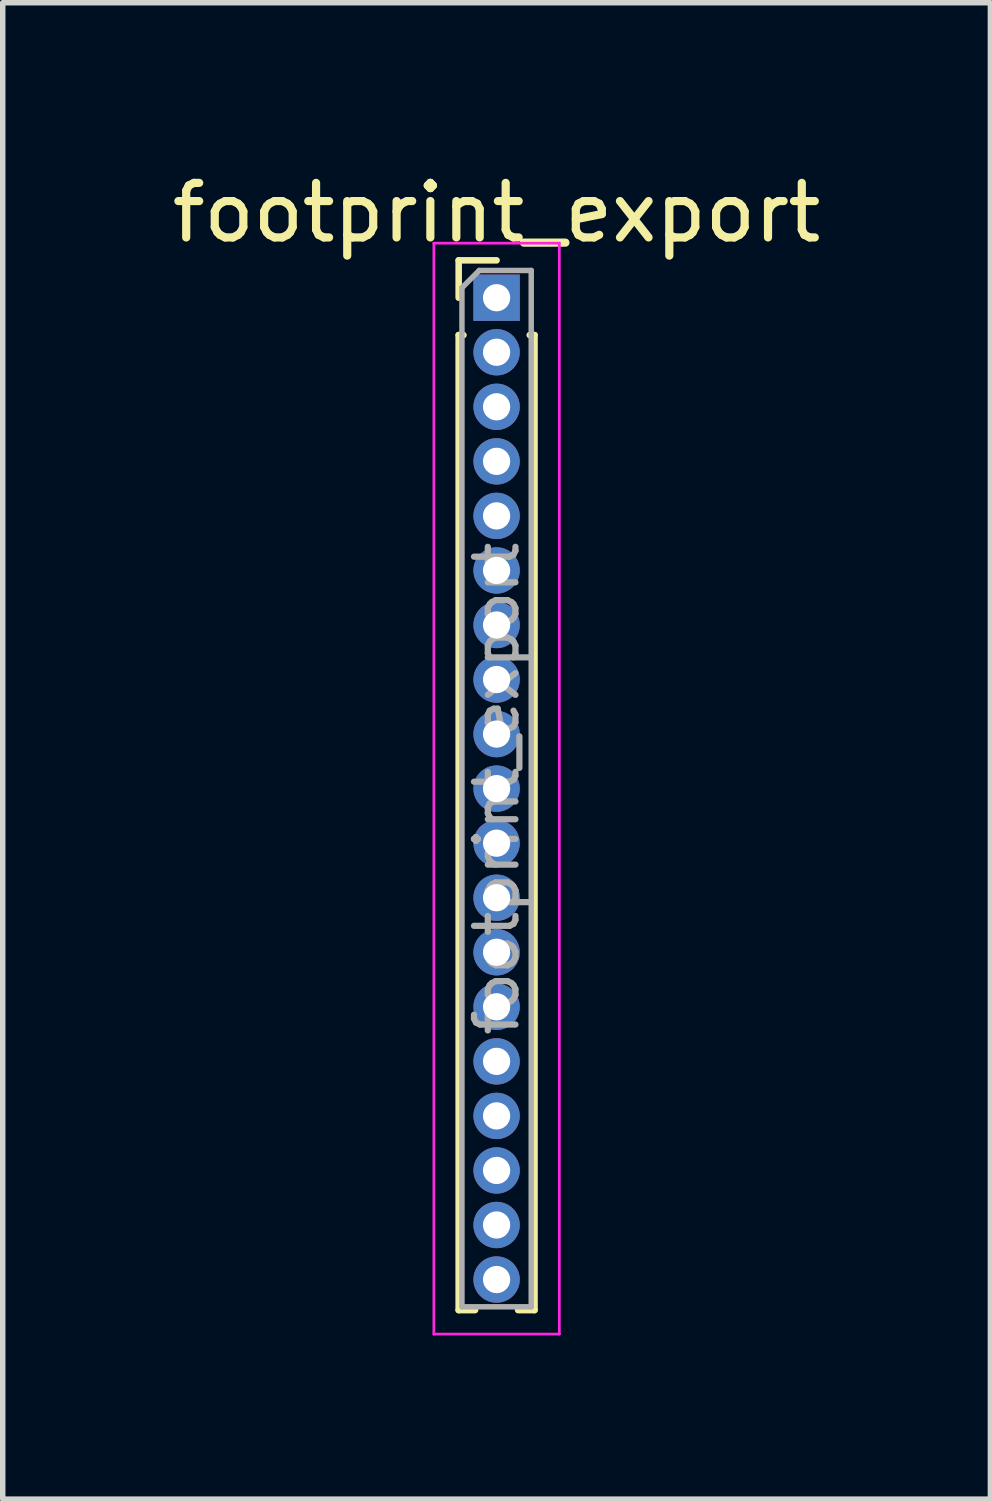
<source format=kicad_pcb>
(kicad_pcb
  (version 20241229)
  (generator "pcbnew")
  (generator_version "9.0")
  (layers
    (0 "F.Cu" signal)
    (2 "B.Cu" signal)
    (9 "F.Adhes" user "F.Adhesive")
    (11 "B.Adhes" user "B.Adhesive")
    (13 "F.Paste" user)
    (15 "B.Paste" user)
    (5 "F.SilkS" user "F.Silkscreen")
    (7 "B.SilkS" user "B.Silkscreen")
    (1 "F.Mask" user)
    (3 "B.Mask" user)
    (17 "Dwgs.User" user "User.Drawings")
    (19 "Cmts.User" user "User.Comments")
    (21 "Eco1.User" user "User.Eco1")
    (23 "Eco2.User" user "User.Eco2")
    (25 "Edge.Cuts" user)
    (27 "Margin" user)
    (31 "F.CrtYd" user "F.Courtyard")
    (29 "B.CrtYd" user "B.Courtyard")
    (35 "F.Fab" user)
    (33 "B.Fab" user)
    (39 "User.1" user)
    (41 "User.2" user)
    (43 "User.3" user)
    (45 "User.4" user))
  (footprint "footprint_export"
    (layer "F.Cu")
    (at 6.054 2.408)
    (property "Reference" "footprint_export" (at 0 -1.56 0) (layer "F.SilkS") (effects (font (size 1 1) (thickness 0.15))))
    (attr through_hole)
    (fp_line (start -0.695 -0.685) (end 0 -0.685) (stroke (width 0.12) (type solid)) (layer "F.SilkS"))
    (fp_line (start -0.695 0) (end -0.695 -0.685) (stroke (width 0.12) (type solid)) (layer "F.SilkS"))
    (fp_line (start -0.695 0.685) (end -0.695 18.56) (stroke (width 0.12) (type solid)) (layer "F.SilkS"))
    (fp_line (start -0.695 0.685) (end -0.608 0.685) (stroke (width 0.12) (type solid)) (layer "F.SilkS"))
    (fp_line (start -0.695 18.56) (end -0.394 18.56) (stroke (width 0.12) (type solid)) (layer "F.SilkS"))
    (fp_line (start 0.394 18.56) (end 0.695 18.56) (stroke (width 0.12) (type solid)) (layer "F.SilkS"))
    (fp_line (start 0.608 0.685) (end 0.695 0.685) (stroke (width 0.12) (type solid)) (layer "F.SilkS"))
    (fp_line (start 0.695 0.685) (end 0.695 18.56) (stroke (width 0.12) (type solid)) (layer "F.SilkS"))
    (fp_line (start -1.15 -1) (end -1.15 19) (stroke (width 0.05) (type solid)) (layer "F.CrtYd"))
    (fp_line (start -1.15 19) (end 1.15 19) (stroke (width 0.05) (type solid)) (layer "F.CrtYd"))
    (fp_line (start 1.15 -1) (end -1.15 -1) (stroke (width 0.05) (type solid)) (layer "F.CrtYd"))
    (fp_line (start 1.15 19) (end 1.15 -1) (stroke (width 0.05) (type solid)) (layer "F.CrtYd"))
    (fp_line (start -0.635 -0.182) (end -0.318 -0.5) (stroke (width 0.1) (type solid)) (layer "F.Fab"))
    (fp_line (start -0.635 18.5) (end -0.635 -0.182) (stroke (width 0.1) (type solid)) (layer "F.Fab"))
    (fp_line (start -0.318 -0.5) (end 0.635 -0.5) (stroke (width 0.1) (type solid)) (layer "F.Fab"))
    (fp_line (start 0.635 -0.5) (end 0.635 18.5) (stroke (width 0.1) (type solid)) (layer "F.Fab"))
    (fp_line (start 0.635 18.5) (end -0.635 18.5) (stroke (width 0.1) (type solid)) (layer "F.Fab"))
    (fp_text user "${REFERENCE}" (at 0 9 90) (layer "F.Fab") (effects (font (size 0.76 0.76) (thickness 0.114))))
    (pad "1" thru_hole rect (at 0 0) (size 0.85 0.85) (drill 0.5) (layers "*.Cu" "*.Mask"))
    (pad "2" thru_hole oval (at 0 1) (size 0.85 0.85) (drill 0.5) (layers "*.Cu" "*.Mask"))
    (pad "3" thru_hole oval (at 0 2) (size 0.85 0.85) (drill 0.5) (layers "*.Cu" "*.Mask"))
    (pad "4" thru_hole oval (at 0 3) (size 0.85 0.85) (drill 0.5) (layers "*.Cu" "*.Mask"))
    (pad "5" thru_hole oval (at 0 4) (size 0.85 0.85) (drill 0.5) (layers "*.Cu" "*.Mask"))
    (pad "6" thru_hole oval (at 0 5) (size 0.85 0.85) (drill 0.5) (layers "*.Cu" "*.Mask"))
    (pad "7" thru_hole oval (at 0 6) (size 0.85 0.85) (drill 0.5) (layers "*.Cu" "*.Mask"))
    (pad "8" thru_hole oval (at 0 7) (size 0.85 0.85) (drill 0.5) (layers "*.Cu" "*.Mask"))
    (pad "9" thru_hole oval (at 0 8) (size 0.85 0.85) (drill 0.5) (layers "*.Cu" "*.Mask"))
    (pad "10" thru_hole oval (at 0 9) (size 0.85 0.85) (drill 0.5) (layers "*.Cu" "*.Mask"))
    (pad "11" thru_hole oval (at 0 10) (size 0.85 0.85) (drill 0.5) (layers "*.Cu" "*.Mask"))
    (pad "12" thru_hole oval (at 0 11) (size 0.85 0.85) (drill 0.5) (layers "*.Cu" "*.Mask"))
    (pad "13" thru_hole oval (at 0 12) (size 0.85 0.85) (drill 0.5) (layers "*.Cu" "*.Mask"))
    (pad "14" thru_hole oval (at 0 13) (size 0.85 0.85) (drill 0.5) (layers "*.Cu" "*.Mask"))
    (pad "15" thru_hole oval (at 0 14) (size 0.85 0.85) (drill 0.5) (layers "*.Cu" "*.Mask"))
    (pad "16" thru_hole oval (at 0 15) (size 0.85 0.85) (drill 0.5) (layers "*.Cu" "*.Mask"))
    (pad "17" thru_hole oval (at 0 16) (size 0.85 0.85) (drill 0.5) (layers "*.Cu" "*.Mask"))
    (pad "18" thru_hole oval (at 0 17) (size 0.85 0.85) (drill 0.5) (layers "*.Cu" "*.Mask"))
    (pad "19" thru_hole oval (at 0 18) (size 0.85 0.85) (drill 0.5) (layers "*.Cu" "*.Mask")))
  (gr_rect
    (start -3 -3)
    (end 15.107 24.433)
    (stroke (width 0.1) (type default))
    (fill no)
    (layer "Edge.Cuts")))
</source>
